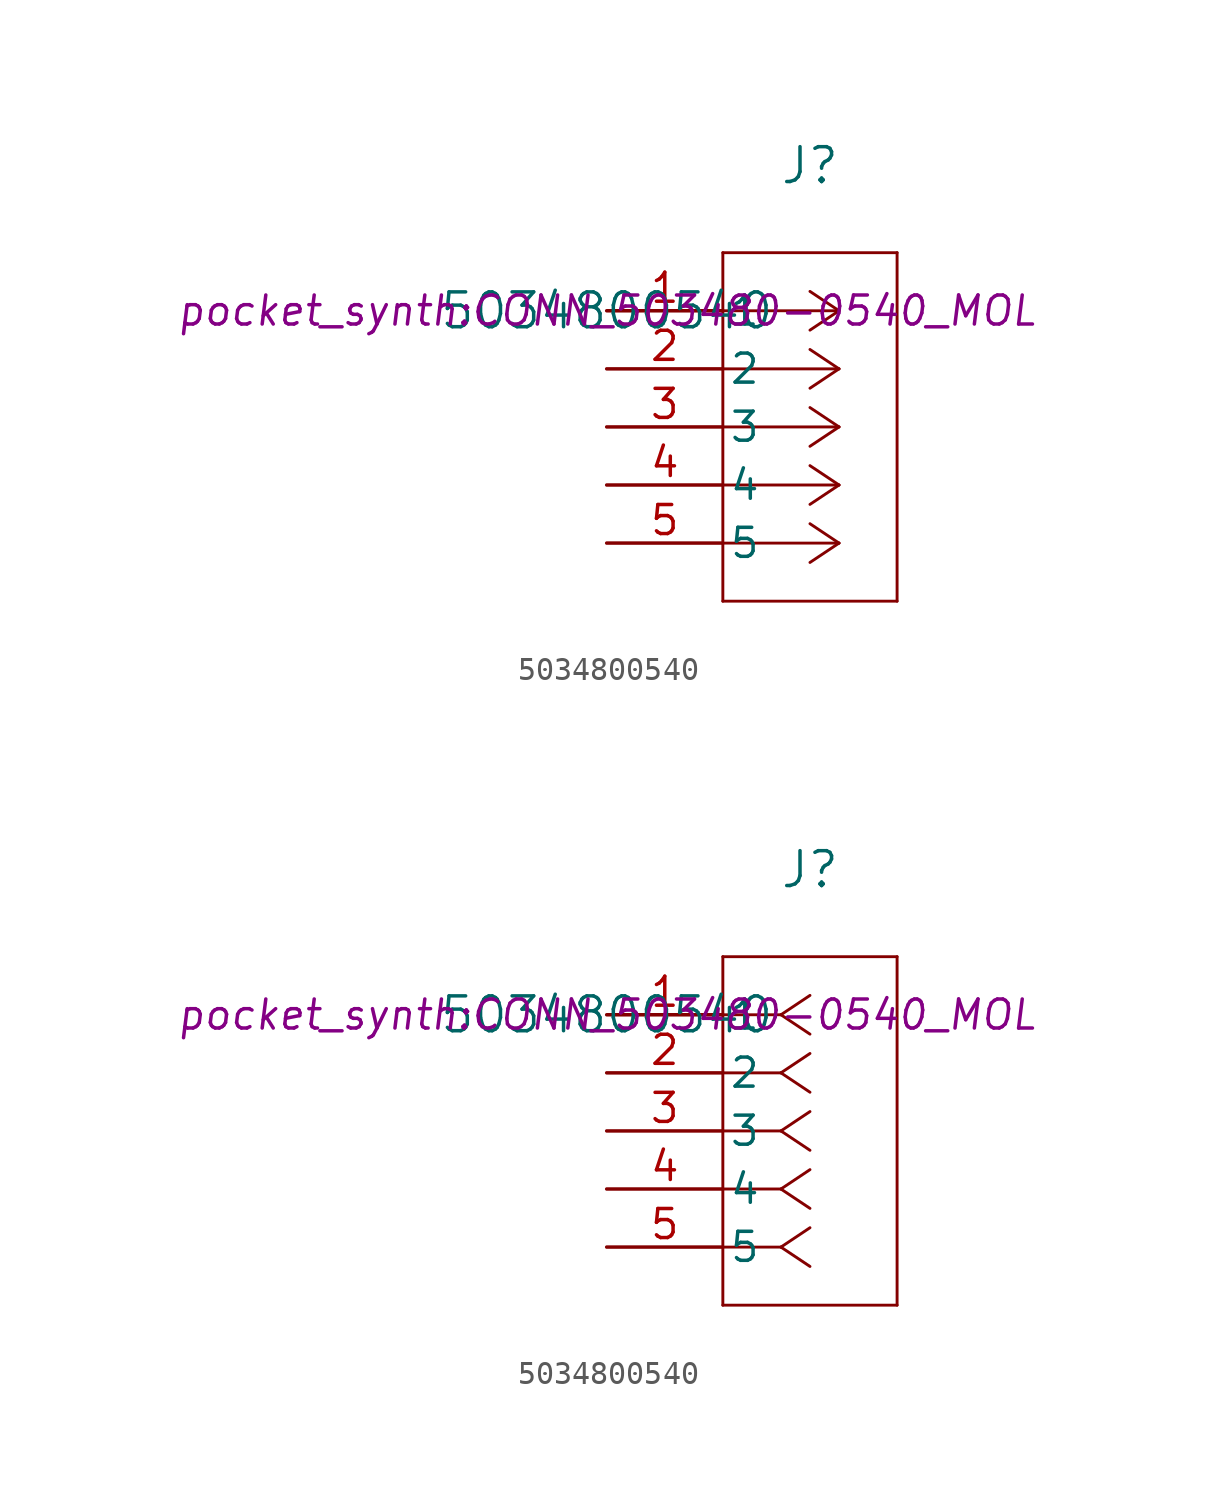
<source format=kicad_sym>
(kicad_symbol_lib
  (version 20241209)
  (generator "kicad_symbol_editor")
  (generator_version "9.0")
  (symbol "5034800540"
    (pin_names
      (offset 0.254))
    (property "Reference" "J"
      (at 8.89 6.35 0)
      (effects (font (size 1.524 1.524))))
    (property "Value" "5034800540"
      (at 0 0 0)
      (effects (font (size 1.524 1.524))))
    (property "Footprint" "pocket_synth:CONN_503480-0540_MOL"
      (at 0 0 0)
      (effects (font (size 1.27 1.27) (italic yes))))
    (symbol "5034800540_1_1"
      (polyline (pts (xy 5.08 2.54) (xy 5.08 -12.7)) (stroke (width 0.127) (type default)) (fill (type none)))
      (polyline (pts (xy 5.08 -12.7) (xy 12.7 -12.7)) (stroke (width 0.127) (type default)) (fill (type none)))
      (polyline (pts (xy 10.16 0) (xy 5.08 0)) (stroke (width 0.127) (type default)) (fill (type none)))
      (polyline (pts (xy 10.16 0) (xy 8.89 0.847)) (stroke (width 0.127) (type default)) (fill (type none)))
      (polyline (pts (xy 10.16 0) (xy 8.89 -0.847)) (stroke (width 0.127) (type default)) (fill (type none)))
      (polyline (pts (xy 10.16 -2.54) (xy 5.08 -2.54)) (stroke (width 0.127) (type default)) (fill (type none)))
      (polyline (pts (xy 10.16 -2.54) (xy 8.89 -1.693)) (stroke (width 0.127) (type default)) (fill (type none)))
      (polyline (pts (xy 10.16 -2.54) (xy 8.89 -3.387)) (stroke (width 0.127) (type default)) (fill (type none)))
      (polyline (pts (xy 10.16 -5.08) (xy 5.08 -5.08)) (stroke (width 0.127) (type default)) (fill (type none)))
      (polyline (pts (xy 10.16 -5.08) (xy 8.89 -4.233)) (stroke (width 0.127) (type default)) (fill (type none)))
      (polyline (pts (xy 10.16 -5.08) (xy 8.89 -5.927)) (stroke (width 0.127) (type default)) (fill (type none)))
      (polyline (pts (xy 10.16 -7.62) (xy 5.08 -7.62)) (stroke (width 0.127) (type default)) (fill (type none)))
      (polyline (pts (xy 10.16 -7.62) (xy 8.89 -6.773)) (stroke (width 0.127) (type default)) (fill (type none)))
      (polyline (pts (xy 10.16 -7.62) (xy 8.89 -8.467)) (stroke (width 0.127) (type default)) (fill (type none)))
      (polyline (pts (xy 10.16 -10.16) (xy 5.08 -10.16)) (stroke (width 0.127) (type default)) (fill (type none)))
      (polyline (pts (xy 10.16 -10.16) (xy 8.89 -9.313)) (stroke (width 0.127) (type default)) (fill (type none)))
      (polyline (pts (xy 10.16 -10.16) (xy 8.89 -11.007)) (stroke (width 0.127) (type default)) (fill (type none)))
      (polyline (pts (xy 12.7 2.54) (xy 5.08 2.54)) (stroke (width 0.127) (type default)) (fill (type none)))
      (polyline (pts (xy 12.7 -12.7) (xy 12.7 2.54)) (stroke (width 0.127) (type default)) (fill (type none)))
      (pin unspecified line (at 0 0 0) (length 5.08) (name "1" (effects (font (size 1.27 1.27)))) (number "1" (effects (font (size 1.27 1.27)))))
      (pin unspecified line (at 0 -2.54 0) (length 5.08) (name "2" (effects (font (size 1.27 1.27)))) (number "2" (effects (font (size 1.27 1.27)))))
      (pin unspecified line (at 0 -5.08 0) (length 5.08) (name "3" (effects (font (size 1.27 1.27)))) (number "3" (effects (font (size 1.27 1.27)))))
      (pin unspecified line (at 0 -7.62 0) (length 5.08) (name "4" (effects (font (size 1.27 1.27)))) (number "4" (effects (font (size 1.27 1.27)))))
      (pin unspecified line (at 0 -10.16 0) (length 5.08) (name "5" (effects (font (size 1.27 1.27)))) (number "5" (effects (font (size 1.27 1.27))))))
    (symbol "5034800540_1_2"
      (polyline (pts (xy 5.08 2.54) (xy 5.08 -12.7)) (stroke (width 0.127) (type default)) (fill (type none)))
      (polyline (pts (xy 5.08 -12.7) (xy 12.7 -12.7)) (stroke (width 0.127) (type default)) (fill (type none)))
      (polyline (pts (xy 7.62 0) (xy 5.08 0)) (stroke (width 0.127) (type default)) (fill (type none)))
      (polyline (pts (xy 7.62 0) (xy 8.89 0.847)) (stroke (width 0.127) (type default)) (fill (type none)))
      (polyline (pts (xy 7.62 0) (xy 8.89 -0.847)) (stroke (width 0.127) (type default)) (fill (type none)))
      (polyline (pts (xy 7.62 -2.54) (xy 5.08 -2.54)) (stroke (width 0.127) (type default)) (fill (type none)))
      (polyline (pts (xy 7.62 -2.54) (xy 8.89 -1.693)) (stroke (width 0.127) (type default)) (fill (type none)))
      (polyline (pts (xy 7.62 -2.54) (xy 8.89 -3.387)) (stroke (width 0.127) (type default)) (fill (type none)))
      (polyline (pts (xy 7.62 -5.08) (xy 5.08 -5.08)) (stroke (width 0.127) (type default)) (fill (type none)))
      (polyline (pts (xy 7.62 -5.08) (xy 8.89 -4.233)) (stroke (width 0.127) (type default)) (fill (type none)))
      (polyline (pts (xy 7.62 -5.08) (xy 8.89 -5.927)) (stroke (width 0.127) (type default)) (fill (type none)))
      (polyline (pts (xy 7.62 -7.62) (xy 5.08 -7.62)) (stroke (width 0.127) (type default)) (fill (type none)))
      (polyline (pts (xy 7.62 -7.62) (xy 8.89 -6.773)) (stroke (width 0.127) (type default)) (fill (type none)))
      (polyline (pts (xy 7.62 -7.62) (xy 8.89 -8.467)) (stroke (width 0.127) (type default)) (fill (type none)))
      (polyline (pts (xy 7.62 -10.16) (xy 5.08 -10.16)) (stroke (width 0.127) (type default)) (fill (type none)))
      (polyline (pts (xy 7.62 -10.16) (xy 8.89 -9.313)) (stroke (width 0.127) (type default)) (fill (type none)))
      (polyline (pts (xy 7.62 -10.16) (xy 8.89 -11.007)) (stroke (width 0.127) (type default)) (fill (type none)))
      (polyline (pts (xy 12.7 2.54) (xy 5.08 2.54)) (stroke (width 0.127) (type default)) (fill (type none)))
      (polyline (pts (xy 12.7 -12.7) (xy 12.7 2.54)) (stroke (width 0.127) (type default)) (fill (type none)))
      (pin unspecified line (at 0 0 0) (length 5.08) (name "1" (effects (font (size 1.27 1.27)))) (number "1" (effects (font (size 1.27 1.27)))))
      (pin unspecified line (at 0 -2.54 0) (length 5.08) (name "2" (effects (font (size 1.27 1.27)))) (number "2" (effects (font (size 1.27 1.27)))))
      (pin unspecified line (at 0 -5.08 0) (length 5.08) (name "3" (effects (font (size 1.27 1.27)))) (number "3" (effects (font (size 1.27 1.27)))))
      (pin unspecified line (at 0 -7.62 0) (length 5.08) (name "4" (effects (font (size 1.27 1.27)))) (number "4" (effects (font (size 1.27 1.27)))))
      (pin unspecified line (at 0 -10.16 0) (length 5.08) (name "5" (effects (font (size 1.27 1.27)))) (number "5" (effects (font (size 1.27 1.27))))))))
</source>
